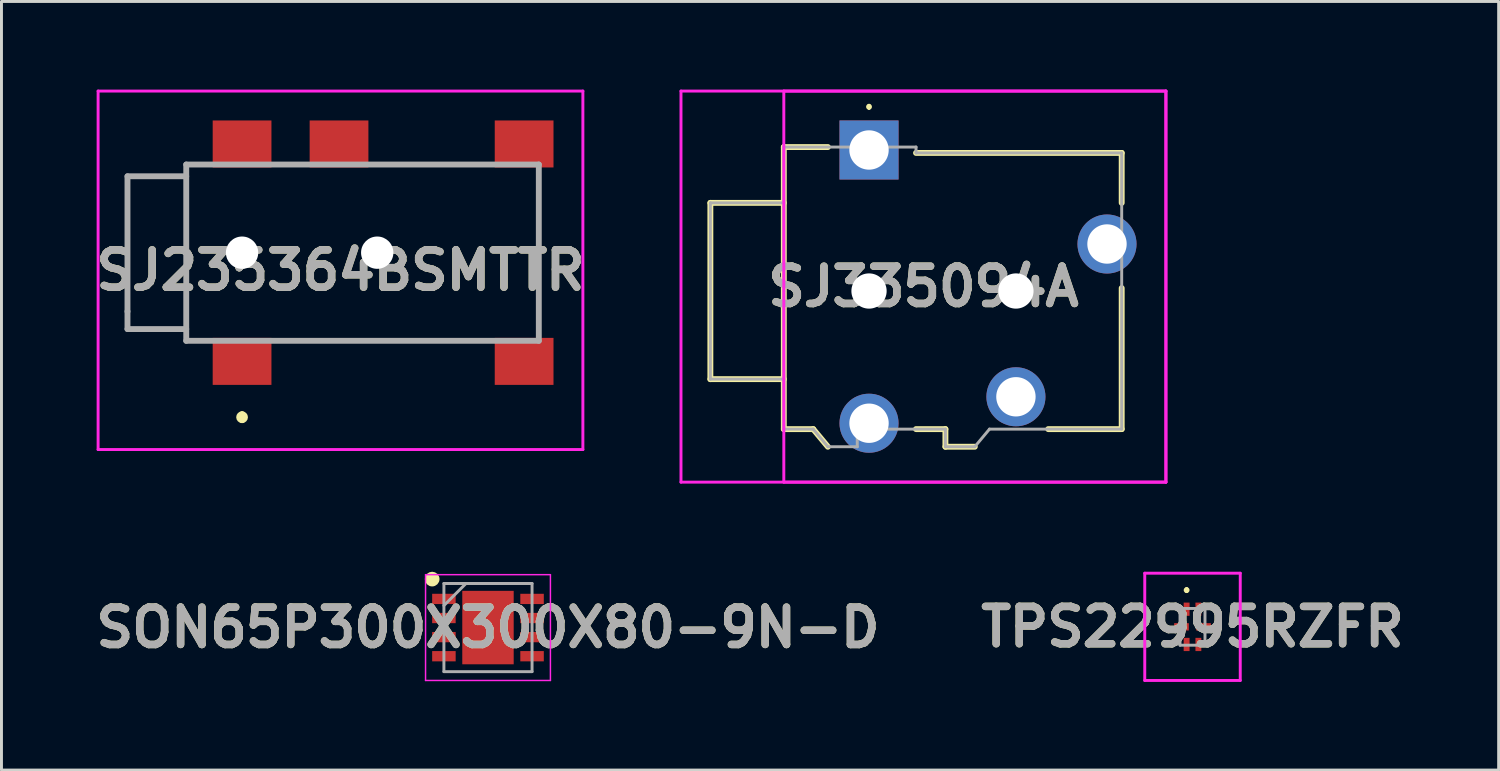
<source format=kicad_pcb>
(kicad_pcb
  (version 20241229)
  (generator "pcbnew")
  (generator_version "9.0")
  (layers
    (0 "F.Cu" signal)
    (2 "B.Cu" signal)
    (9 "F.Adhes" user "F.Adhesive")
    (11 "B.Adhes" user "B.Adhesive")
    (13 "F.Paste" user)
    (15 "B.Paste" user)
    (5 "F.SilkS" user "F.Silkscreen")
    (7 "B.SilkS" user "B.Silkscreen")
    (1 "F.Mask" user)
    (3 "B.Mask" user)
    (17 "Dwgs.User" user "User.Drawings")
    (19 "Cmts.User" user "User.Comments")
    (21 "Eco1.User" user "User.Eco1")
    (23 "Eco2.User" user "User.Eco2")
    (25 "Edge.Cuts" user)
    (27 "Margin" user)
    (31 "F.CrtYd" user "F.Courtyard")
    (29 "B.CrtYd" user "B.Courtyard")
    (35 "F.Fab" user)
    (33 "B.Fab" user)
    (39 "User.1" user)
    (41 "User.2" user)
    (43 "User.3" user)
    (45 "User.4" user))
  (footprint "TPS22995RZFR"
    (layer "F.Cu")
    (at 37.538 18.285)
    (property "Reference" "TPS22995RZFR" (at 0 0 0) (layer "F.SilkS") (effects (font (size 1.27 1.27) (thickness 0.254))))
    (attr smd)
    (fp_line (start -0.2 -1.3) (end -0.2 -1.3) (stroke (width 0.1) (type solid)) (layer "F.SilkS"))
    (fp_line (start -0.2 -1.2) (end -0.2 -1.2) (stroke (width 0.1) (type solid)) (layer "F.SilkS"))
    (fp_arc (start -0.2 -1.3) (mid -0.15 -1.25) (end -0.2 -1.2) (stroke (width 0.1) (type solid)) (layer "F.SilkS"))
    (fp_arc (start -0.2 -1.2) (mid -0.25 -1.25) (end -0.2 -1.3) (stroke (width 0.1) (type solid)) (layer "F.SilkS"))
    (fp_line (start -1.625 -1.825) (end 1.625 -1.825) (stroke (width 0.1) (type solid)) (layer "F.CrtYd"))
    (fp_line (start -1.625 1.825) (end -1.625 -1.825) (stroke (width 0.1) (type solid)) (layer "F.CrtYd"))
    (fp_line (start 1.625 -1.825) (end 1.625 1.825) (stroke (width 0.1) (type solid)) (layer "F.CrtYd"))
    (fp_line (start 1.625 1.825) (end -1.625 1.825) (stroke (width 0.1) (type solid)) (layer "F.CrtYd"))
    (fp_line (start -0.425 -0.625) (end 0.425 -0.625) (stroke (width 0.1) (type solid)) (layer "F.Fab"))
    (fp_line (start -0.425 0.625) (end -0.425 -0.625) (stroke (width 0.1) (type solid)) (layer "F.Fab"))
    (fp_line (start 0.425 -0.625) (end 0.425 0.625) (stroke (width 0.1) (type solid)) (layer "F.Fab"))
    (fp_line (start 0.425 0.625) (end -0.425 0.625) (stroke (width 0.1) (type solid)) (layer "F.Fab"))
    (fp_text user "${REFERENCE}" (at 0 0 0) (layer "F.Fab") (effects (font (size 1.27 1.27) (thickness 0.254))))
    (pad "1" smd rect (at -0.2 -0.6) (size 0.2 0.45) (layers "F.Cu" "F.Mask" "F.Paste"))
    (pad "2" smd rect (at -0.375 0 90) (size 0.25 0.5) (layers "F.Cu" "F.Mask" "F.Paste"))
    (pad "3" smd rect (at -0.2 0.6) (size 0.2 0.45) (layers "F.Cu" "F.Mask" "F.Paste"))
    (pad "4" smd rect (at 0.2 0.6) (size 0.2 0.45) (layers "F.Cu" "F.Mask" "F.Paste"))
    (pad "5" smd rect (at 0.375 0 90) (size 0.25 0.5) (layers "F.Cu" "F.Mask" "F.Paste"))
    (pad "6" smd rect (at 0.2 -0.6) (size 0.2 0.45) (layers "F.Cu" "F.Mask" "F.Paste")))
  (footprint "SJ235364BSMTTR"
    (layer "F.Cu")
    (at 8.539 6.15)
    (property "Reference" "SJ235364BSMTTR" (at 0 0 0) (layer "F.SilkS") (effects (font (size 1.27 1.27) (thickness 0.254))))
    (attr through_hole)
    (fp_line (start -5.25 -3.6) (end -5.25 2.4) (stroke (width 0.1) (type solid)) (layer "F.SilkS"))
    (fp_line (start -3.35 4.9) (end -3.35 4.9) (stroke (width 0.2) (type solid)) (layer "F.SilkS"))
    (fp_line (start -3.35 5.1) (end -3.35 5.1) (stroke (width 0.2) (type solid)) (layer "F.SilkS"))
    (fp_line (start -1.75 2.4) (end 4.75 2.4) (stroke (width 0.1) (type solid)) (layer "F.SilkS"))
    (fp_line (start 1.75 -3.6) (end 4.75 -3.6) (stroke (width 0.1) (type solid)) (layer "F.SilkS"))
    (fp_line (start 6.75 -3.2) (end 6.75 1.9) (stroke (width 0.1) (type solid)) (layer "F.SilkS"))
    (fp_arc (start -3.35 4.9) (mid -3.25 5) (end -3.35 5.1) (stroke (width 0.2) (type solid)) (layer "F.SilkS"))
    (fp_arc (start -3.35 5.1) (mid -3.45 5) (end -3.35 4.9) (stroke (width 0.2) (type solid)) (layer "F.SilkS"))
    (fp_line (start -8.25 -6.1) (end 8.25 -6.1) (stroke (width 0.1) (type solid)) (layer "F.CrtYd"))
    (fp_line (start -8.25 6.1) (end -8.25 -6.1) (stroke (width 0.1) (type solid)) (layer "F.CrtYd"))
    (fp_line (start 8.25 -6.1) (end 8.25 6.1) (stroke (width 0.1) (type solid)) (layer "F.CrtYd"))
    (fp_line (start 8.25 6.1) (end -8.25 6.1) (stroke (width 0.1) (type solid)) (layer "F.CrtYd"))
    (fp_line (start -7.25 -3.2) (end -7.25 1.4) (stroke (width 0.2) (type solid)) (layer "F.Fab"))
    (fp_line (start -7.25 1.4) (end -7.25 2) (stroke (width 0.2) (type solid)) (layer "F.Fab"))
    (fp_line (start -7.25 2) (end -5.25 2) (stroke (width 0.2) (type solid)) (layer "F.Fab"))
    (fp_line (start -5.25 -3.6) (end 6.75 -3.6) (stroke (width 0.2) (type solid)) (layer "F.Fab"))
    (fp_line (start -5.25 -3.2) (end -7.25 -3.2) (stroke (width 0.2) (type solid)) (layer "F.Fab"))
    (fp_line (start -5.25 2.4) (end -5.25 -3.6) (stroke (width 0.2) (type solid)) (layer "F.Fab"))
    (fp_line (start 6.75 -3.6) (end 6.75 2.4) (stroke (width 0.2) (type solid)) (layer "F.Fab"))
    (fp_line (start 6.75 2.4) (end -5.25 2.4) (stroke (width 0.2) (type solid)) (layer "F.Fab"))
    (fp_text user "${REFERENCE}" (at 0 0 0) (layer "F.Fab") (effects (font (size 1.27 1.27) (thickness 0.254))))
    (pad "" np_thru_hole circle (at -3.35 -0.6) (size 1.1 1.1) (drill 1.1) (layers "*.Cu" "*.Mask"))
    (pad "" np_thru_hole circle (at 1.25 -0.6) (size 1.1 1.1) (drill 1.1) (layers "*.Cu" "*.Mask"))
    (pad "1" smd rect (at -3.35 3.1 90) (size 1.6 2) (layers "F.Cu" "F.Mask" "F.Paste"))
    (pad "2" smd rect (at 6.25 3.1 90) (size 1.6 2) (layers "F.Cu" "F.Mask" "F.Paste"))
    (pad "3" smd rect (at -0.05 -4.3 90) (size 1.6 2) (layers "F.Cu" "F.Mask" "F.Paste"))
    (pad "4" smd rect (at -3.35 -4.3 90) (size 1.6 2) (layers "F.Cu" "F.Mask" "F.Paste"))
    (pad "10" smd rect (at 6.25 -4.3 90) (size 1.6 2) (layers "F.Cu" "F.Mask" "F.Paste")))
  (footprint "SJ335094A"
    (layer "F.Cu")
    (at 26.528 2.055)
    (property "Reference" "SJ335094A" (at 1.853 4.65 0) (layer "F.SilkS") (effects (font (size 1.27 1.27) (thickness 0.254))))
    (attr through_hole)
    (fp_line (start -5.4 1.8) (end -5.4 7.8) (stroke (width 0.2) (type solid)) (layer "F.SilkS"))
    (fp_line (start -5.4 7.8) (end -2.9 7.8) (stroke (width 0.2) (type solid)) (layer "F.SilkS"))
    (fp_line (start -2.9 -0.1) (end -2.9 9.5) (stroke (width 0.2) (type solid)) (layer "F.SilkS"))
    (fp_line (start -2.9 1.8) (end -5.4 1.8) (stroke (width 0.2) (type solid)) (layer "F.SilkS"))
    (fp_line (start -2.9 9.5) (end -1.9 9.5) (stroke (width 0.2) (type solid)) (layer "F.SilkS"))
    (fp_line (start -1.9 9.5) (end -1.4 10.1) (stroke (width 0.2) (type solid)) (layer "F.SilkS"))
    (fp_line (start -1.4 -0.1) (end -2.9 -0.1) (stroke (width 0.2) (type solid)) (layer "F.SilkS"))
    (fp_line (start 0 -1.52) (end 0 -1.52) (stroke (width 0.1) (type solid)) (layer "F.SilkS"))
    (fp_line (start 0 -1.42) (end 0 -1.42) (stroke (width 0.1) (type solid)) (layer "F.SilkS"))
    (fp_line (start 1.6 0.1) (end 8.6 0.1) (stroke (width 0.2) (type solid)) (layer "F.SilkS"))
    (fp_line (start 1.6 9.5) (end 2.6 9.5) (stroke (width 0.2) (type solid)) (layer "F.SilkS"))
    (fp_line (start 2.6 9.5) (end 2.6 10.1) (stroke (width 0.2) (type solid)) (layer "F.SilkS"))
    (fp_line (start 2.6 10.1) (end 3.6 10.1) (stroke (width 0.2) (type solid)) (layer "F.SilkS"))
    (fp_line (start 8.6 0.1) (end 8.6 1.8) (stroke (width 0.2) (type solid)) (layer "F.SilkS"))
    (fp_line (start 8.6 4.7) (end 8.6 9.5) (stroke (width 0.2) (type solid)) (layer "F.SilkS"))
    (fp_line (start 8.6 9.5) (end 6.1 9.5) (stroke (width 0.2) (type solid)) (layer "F.SilkS"))
    (fp_arc (start 0 -1.52) (mid 0.05 -1.47) (end 0 -1.42) (stroke (width 0.1) (type solid)) (layer "F.SilkS"))
    (fp_arc (start 0 -1.42) (mid -0.05 -1.47) (end 0 -1.52) (stroke (width 0.1) (type solid)) (layer "F.SilkS"))
    (fp_line (start -6.4 -2.005) (end 10.105 -2.005) (stroke (width 0.1) (type solid)) (layer "F.CrtYd"))
    (fp_line (start -6.4 11.305) (end -6.4 -2.005) (stroke (width 0.1) (type solid)) (layer "F.CrtYd"))
    (fp_line (start -2.9 -2.005) (end 10.105 -2.005) (stroke (width 0.1) (type solid)) (layer "F.CrtYd"))
    (fp_line (start -2.9 11.305) (end -2.9 -2.005) (stroke (width 0.1) (type solid)) (layer "F.CrtYd"))
    (fp_line (start 10.105 -2.005) (end 10.105 11.305) (stroke (width 0.1) (type solid)) (layer "F.CrtYd"))
    (fp_line (start 10.105 -2.005) (end 10.105 11.305) (stroke (width 0.1) (type solid)) (layer "F.CrtYd"))
    (fp_line (start 10.105 11.305) (end -6.4 11.305) (stroke (width 0.1) (type solid)) (layer "F.CrtYd"))
    (fp_line (start 10.105 11.305) (end -2.9 11.305) (stroke (width 0.1) (type solid)) (layer "F.CrtYd"))
    (fp_line (start -5.4 1.8) (end -5.4 7.8) (stroke (width 0.1) (type solid)) (layer "F.Fab"))
    (fp_line (start -5.4 7.8) (end -2.9 7.8) (stroke (width 0.1) (type solid)) (layer "F.Fab"))
    (fp_line (start -2.9 -0.1) (end -2.9 4.8) (stroke (width 0.1) (type solid)) (layer "F.Fab"))
    (fp_line (start -2.9 1.8) (end -5.4 1.8) (stroke (width 0.1) (type solid)) (layer "F.Fab"))
    (fp_line (start -2.9 4.8) (end -2.9 9.5) (stroke (width 0.1) (type solid)) (layer "F.Fab"))
    (fp_line (start -2.9 9.5) (end -1.9 9.5) (stroke (width 0.1) (type solid)) (layer "F.Fab"))
    (fp_line (start -1.9 9.5) (end -1.4 10.1) (stroke (width 0.1) (type solid)) (layer "F.Fab"))
    (fp_line (start -1.4 10.1) (end -0.4 10.1) (stroke (width 0.1) (type solid)) (layer "F.Fab"))
    (fp_line (start -0.4 9.5) (end 2.6 9.5) (stroke (width 0.1) (type solid)) (layer "F.Fab"))
    (fp_line (start -0.4 10.1) (end -0.4 9.5) (stroke (width 0.1) (type solid)) (layer "F.Fab"))
    (fp_line (start 1.6 -0.1) (end -2.9 -0.1) (stroke (width 0.1) (type solid)) (layer "F.Fab"))
    (fp_line (start 1.6 0.1) (end 1.6 -0.1) (stroke (width 0.1) (type solid)) (layer "F.Fab"))
    (fp_line (start 2.6 9.5) (end 2.6 10.1) (stroke (width 0.1) (type solid)) (layer "F.Fab"))
    (fp_line (start 2.6 10.1) (end 3.6 10.1) (stroke (width 0.1) (type solid)) (layer "F.Fab"))
    (fp_line (start 3.6 10.1) (end 4.1 9.5) (stroke (width 0.1) (type solid)) (layer "F.Fab"))
    (fp_line (start 4.1 9.5) (end 8.6 9.5) (stroke (width 0.1) (type solid)) (layer "F.Fab"))
    (fp_line (start 8.6 0.1) (end 1.6 0.1) (stroke (width 0.1) (type solid)) (layer "F.Fab"))
    (fp_line (start 8.6 9.5) (end 8.6 0.1) (stroke (width 0.1) (type solid)) (layer "F.Fab"))
    (fp_text user "${REFERENCE}" (at 1.853 4.65 0) (layer "F.Fab") (effects (font (size 1.27 1.27) (thickness 0.254))))
    (pad "" np_thru_hole circle (at 0 4.8) (size 1.2 1.2) (drill 1.2) (layers "*.Cu" "*.Mask"))
    (pad "" np_thru_hole circle (at 5 4.8) (size 1.2 1.2) (drill 1.2) (layers "*.Cu" "*.Mask"))
    (pad "1" thru_hole rect (at 0 0) (size 2.01 2.01) (drill 1.34) (layers "*.Cu" "*.Mask"))
    (pad "2" thru_hole circle (at 5 8.4) (size 2.01 2.01) (drill 1.34) (layers "*.Cu" "*.Mask"))
    (pad "3" thru_hole circle (at 8.1 3.2) (size 2.01 2.01) (drill 1.34) (layers "*.Cu" "*.Mask"))
    (pad "4" thru_hole circle (at 0 9.3) (size 2.01 2.01) (drill 1.34) (layers "*.Cu" "*.Mask")))
  (footprint "SON65P300X300X80-9N-D"
    (layer "F.Cu")
    (at 13.559 18.31)
    (property "Reference" "SON65P300X300X80-9N-D" (at 0 0 0) (layer "F.SilkS") (effects (font (size 1.27 1.27) (thickness 0.254))))
    (attr smd)
    (fp_circle (center -1.9 -1.65) (end -1.9 -1.525) (stroke (width 0.25) (type solid)) (fill no) (layer "F.SilkS"))
    (fp_line (start -2.125 -1.8) (end 2.125 -1.8) (stroke (width 0.05) (type solid)) (layer "F.CrtYd"))
    (fp_line (start -2.125 1.8) (end -2.125 -1.8) (stroke (width 0.05) (type solid)) (layer "F.CrtYd"))
    (fp_line (start 2.125 -1.8) (end 2.125 1.8) (stroke (width 0.05) (type solid)) (layer "F.CrtYd"))
    (fp_line (start 2.125 1.8) (end -2.125 1.8) (stroke (width 0.05) (type solid)) (layer "F.CrtYd"))
    (fp_line (start -1.5 -1.5) (end 1.5 -1.5) (stroke (width 0.1) (type solid)) (layer "F.Fab"))
    (fp_line (start -1.5 -0.75) (end -0.75 -1.5) (stroke (width 0.1) (type solid)) (layer "F.Fab"))
    (fp_line (start -1.5 1.5) (end -1.5 -1.5) (stroke (width 0.1) (type solid)) (layer "F.Fab"))
    (fp_line (start 1.5 -1.5) (end 1.5 1.5) (stroke (width 0.1) (type solid)) (layer "F.Fab"))
    (fp_line (start 1.5 1.5) (end -1.5 1.5) (stroke (width 0.1) (type solid)) (layer "F.Fab"))
    (fp_text user "${REFERENCE}" (at 0 0 0) (layer "F.Fab") (effects (font (size 1.27 1.27) (thickness 0.254))))
    (pad "1" smd rect (at -1.5 -0.975 90) (size 0.35 0.8) (layers "F.Cu" "F.Mask" "F.Paste"))
    (pad "2" smd rect (at -1.5 -0.325 90) (size 0.35 0.8) (layers "F.Cu" "F.Mask" "F.Paste"))
    (pad "3" smd rect (at -1.5 0.325 90) (size 0.35 0.8) (layers "F.Cu" "F.Mask" "F.Paste"))
    (pad "4" smd rect (at -1.5 0.975 90) (size 0.35 0.8) (layers "F.Cu" "F.Mask" "F.Paste"))
    (pad "5" smd rect (at 1.5 0.975 90) (size 0.35 0.8) (layers "F.Cu" "F.Mask" "F.Paste"))
    (pad "6" smd rect (at 1.5 0.325 90) (size 0.35 0.8) (layers "F.Cu" "F.Mask" "F.Paste"))
    (pad "7" smd rect (at 1.5 -0.325 90) (size 0.35 0.8) (layers "F.Cu" "F.Mask" "F.Paste"))
    (pad "8" smd rect (at 1.5 -0.975 90) (size 0.35 0.8) (layers "F.Cu" "F.Mask" "F.Paste"))
    (pad "9" smd rect (at 0 0) (size 1.75 2.5) (layers "F.Cu" "F.Mask" "F.Paste")))
  (gr_rect
    (start -3 -3)
    (end 47.958 23.16)
    (stroke (width 0.1) (type default))
    (fill no)
    (layer "Edge.Cuts")))
</source>
